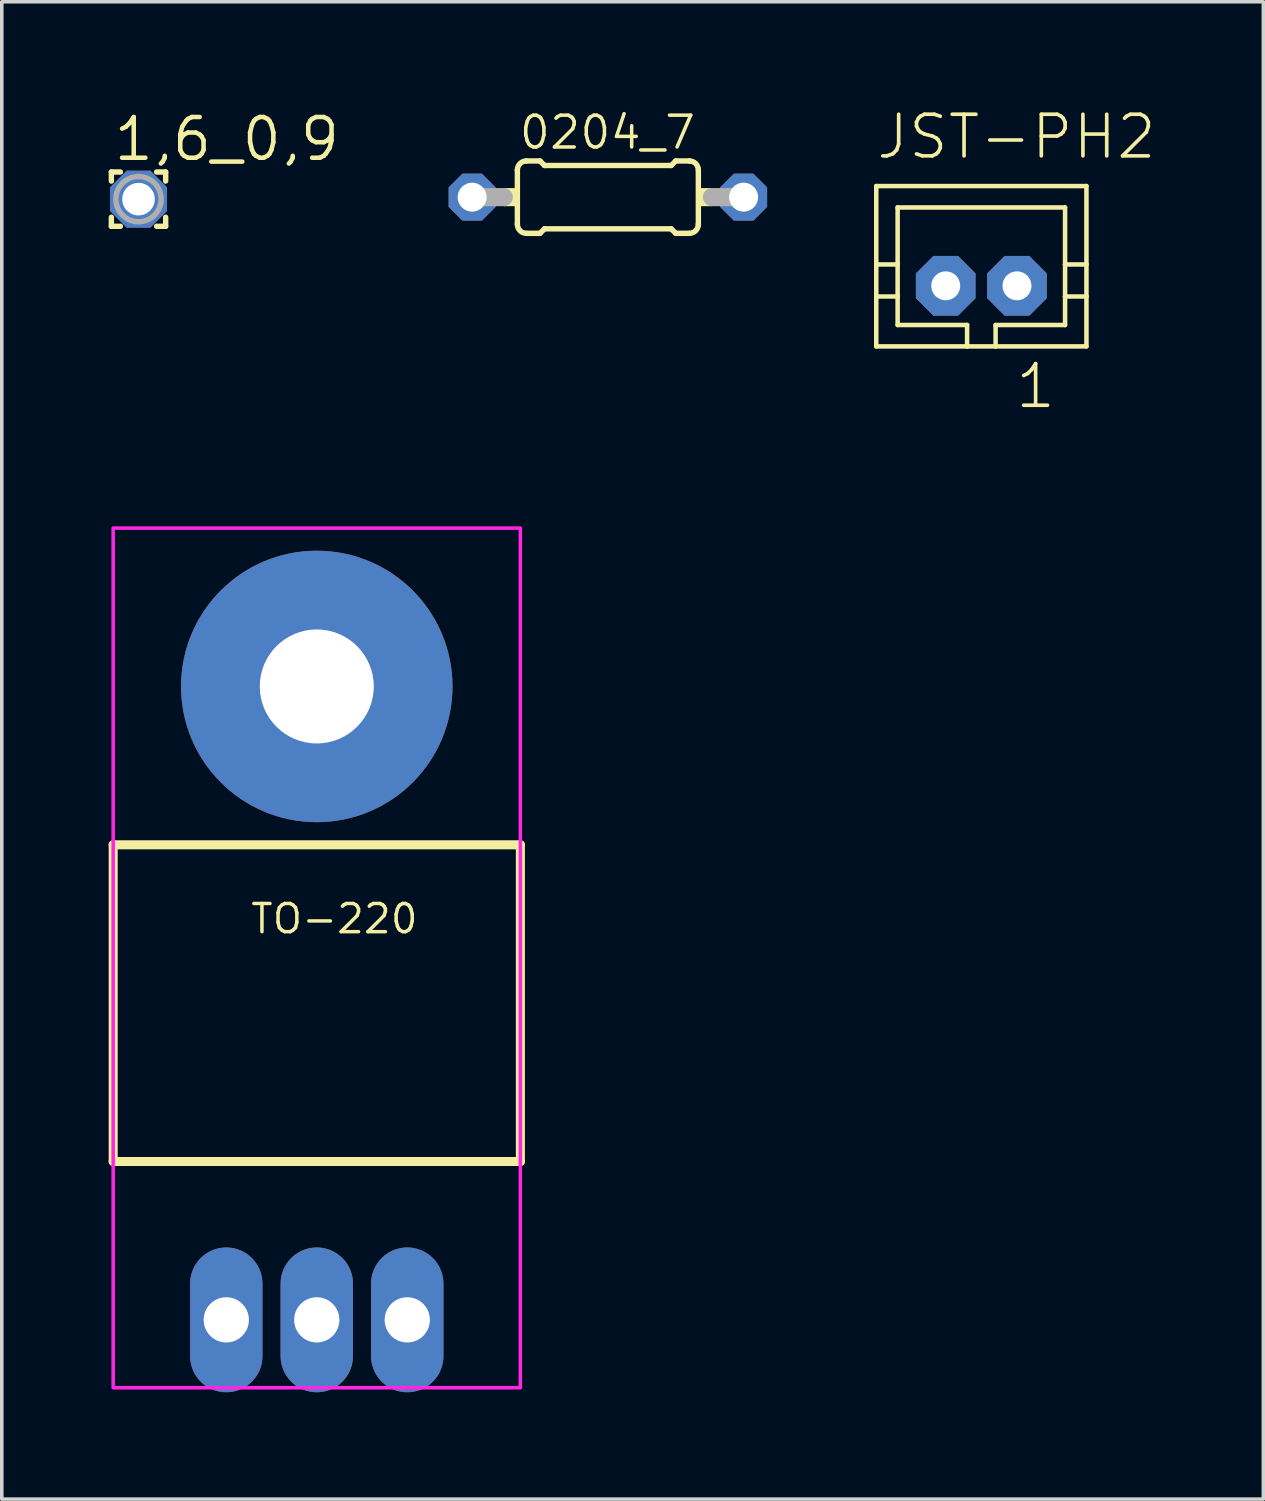
<source format=kicad_pcb>
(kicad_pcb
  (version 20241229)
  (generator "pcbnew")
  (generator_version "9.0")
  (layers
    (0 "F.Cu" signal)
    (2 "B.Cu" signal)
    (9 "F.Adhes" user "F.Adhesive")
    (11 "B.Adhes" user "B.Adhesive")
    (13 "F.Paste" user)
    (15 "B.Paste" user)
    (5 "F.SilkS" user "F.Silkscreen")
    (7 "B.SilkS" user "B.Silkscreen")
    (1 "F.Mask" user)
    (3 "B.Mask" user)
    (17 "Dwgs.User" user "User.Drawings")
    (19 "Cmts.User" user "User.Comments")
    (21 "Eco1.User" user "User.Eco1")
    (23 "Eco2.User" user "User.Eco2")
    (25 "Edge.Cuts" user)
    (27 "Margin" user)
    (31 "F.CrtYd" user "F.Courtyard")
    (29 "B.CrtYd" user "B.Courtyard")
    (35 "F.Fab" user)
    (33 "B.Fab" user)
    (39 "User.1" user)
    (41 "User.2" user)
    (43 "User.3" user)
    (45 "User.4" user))
  (footprint "TO-220"
    (layer "F.Cu")
    (at 5.842 22.569)
    (property "Reference" "TO-220" (at -1.905 0.635 0) (layer "F.SilkS") (effects (font (size 0.791 0.791) (thickness 0.098)) (justify left bottom)))
    (fp_line (start -5.715 -1.905) (end 5.715 -1.905) (stroke (width 0.254) (type solid)) (layer "F.SilkS"))
    (fp_line (start -5.715 6.985) (end -5.715 -1.905) (stroke (width 0.254) (type solid)) (layer "F.SilkS"))
    (fp_line (start 5.715 -1.905) (end 5.715 6.985) (stroke (width 0.254) (type solid)) (layer "F.SilkS"))
    (fp_line (start 5.715 6.985) (end -5.715 6.985) (stroke (width 0.254) (type solid)) (layer "F.SilkS"))
    (fp_poly (pts (xy -5.715 13.335) (xy 5.715 13.335) (xy 5.715 -10.795) (xy -5.715 -10.795)) (stroke (width 0.1) (type solid)) (fill no) (layer "F.CrtYd"))
    (pad "1" thru_hole oval (at -2.54 11.43 90) (size 4.064 2.032) (drill 1.27) (layers "*.Cu" "*.Mask"))
    (pad "2" thru_hole oval (at 0 11.43 90) (size 4.064 2.032) (drill 1.27) (layers "*.Cu" "*.Mask"))
    (pad "3" thru_hole oval (at 2.54 11.43 90) (size 4.064 2.032) (drill 1.27) (layers "*.Cu" "*.Mask"))
    (pad "HEAT" thru_hole circle (at 0 -6.35) (size 7.62 7.62) (drill 3.2) (layers "*.Cu" "*.Mask")))
  (footprint "0204_7"
    (layer "F.Cu")
    (at 14.013 2.484)
    (property "Reference" "0204_7" (at -2.54 -1.295 0) (layer "F.SilkS") (effects (font (size 0.892 0.892) (thickness 0.099)) (justify left bottom)))
    (fp_line (start -2.54 0.762) (end -2.54 -0.762) (stroke (width 0.152) (type solid)) (layer "F.SilkS"))
    (fp_line (start -2.286 -1.016) (end -1.905 -1.016) (stroke (width 0.152) (type solid)) (layer "F.SilkS"))
    (fp_line (start -2.286 1.016) (end -1.905 1.016) (stroke (width 0.152) (type solid)) (layer "F.SilkS"))
    (fp_line (start -1.778 -0.889) (end -1.905 -1.016) (stroke (width 0.152) (type solid)) (layer "F.SilkS"))
    (fp_line (start -1.778 0.889) (end -1.905 1.016) (stroke (width 0.152) (type solid)) (layer "F.SilkS"))
    (fp_line (start 1.778 -0.889) (end -1.778 -0.889) (stroke (width 0.152) (type solid)) (layer "F.SilkS"))
    (fp_line (start 1.778 -0.889) (end 1.905 -1.016) (stroke (width 0.152) (type solid)) (layer "F.SilkS"))
    (fp_line (start 1.778 0.889) (end -1.778 0.889) (stroke (width 0.152) (type solid)) (layer "F.SilkS"))
    (fp_line (start 1.778 0.889) (end 1.905 1.016) (stroke (width 0.152) (type solid)) (layer "F.SilkS"))
    (fp_line (start 2.286 -1.016) (end 1.905 -1.016) (stroke (width 0.152) (type solid)) (layer "F.SilkS"))
    (fp_line (start 2.286 1.016) (end 1.905 1.016) (stroke (width 0.152) (type solid)) (layer "F.SilkS"))
    (fp_line (start 2.54 0.762) (end 2.54 -0.762) (stroke (width 0.152) (type solid)) (layer "F.SilkS"))
    (fp_arc (start -2.54 -0.762) (mid -2.465605 -0.941605) (end -2.286 -1.016) (stroke (width 0.1524) (type solid)) (layer "F.SilkS"))
    (fp_arc (start -2.286 1.016) (mid -2.465605 0.941605) (end -2.54 0.762) (stroke (width 0.1524) (type solid)) (layer "F.SilkS"))
    (fp_arc (start 2.286 -1.016) (mid 2.465605 -0.941605) (end 2.54 -0.762) (stroke (width 0.1524) (type solid)) (layer "F.SilkS"))
    (fp_arc (start 2.54 0.762) (mid 2.465605 0.941605) (end 2.286 1.016) (stroke (width 0.1524) (type solid)) (layer "F.SilkS"))
    (fp_poly (pts (xy -2.921 0.254) (xy -2.54 0.254) (xy -2.54 -0.254) (xy -2.921 -0.254)) (stroke (width 0) (type solid)) (fill yes) (layer "F.SilkS"))
    (fp_poly (pts (xy 2.54 0.254) (xy 2.921 0.254) (xy 2.921 -0.254) (xy 2.54 -0.254)) (stroke (width 0) (type solid)) (fill yes) (layer "F.SilkS"))
    (fp_line (start -3.81 0) (end -2.921 0) (stroke (width 0.508) (type solid)) (layer "F.Fab"))
    (fp_line (start 3.81 0) (end 2.921 0) (stroke (width 0.508) (type solid)) (layer "F.Fab"))
    (pad "1" thru_hole roundrect (at -3.81 0) (size 1.321 1.321) (drill 0.813) (layers "*.Cu" "*.Mask") (roundrect_rratio 0.25) (chamfer_ratio 0.293) (chamfer top_left top_right bottom_left bottom_right))
    (pad "2" thru_hole roundrect (at 3.81 0) (size 1.321 1.321) (drill 0.813) (layers "*.Cu" "*.Mask") (roundrect_rratio 0.25) (chamfer_ratio 0.293) (chamfer top_left top_right bottom_left bottom_right)))
  (footprint "1,6_0,9"
    (layer "F.Cu")
    (at 0.838 2.54)
    (property "Reference" "1,6_0,9" (at -0.762 -1.016 0) (layer "F.SilkS") (effects (font (size 1.143 1.143) (thickness 0.127)) (justify left bottom)))
    (fp_line (start -0.762 -0.762) (end -0.762 -0.508) (stroke (width 0.152) (type solid)) (layer "F.SilkS"))
    (fp_line (start -0.762 0.508) (end -0.762 0.762) (stroke (width 0.152) (type solid)) (layer "F.SilkS"))
    (fp_line (start -0.762 0.762) (end -0.508 0.762) (stroke (width 0.152) (type solid)) (layer "F.SilkS"))
    (fp_line (start -0.508 -0.762) (end -0.762 -0.762) (stroke (width 0.152) (type solid)) (layer "F.SilkS"))
    (fp_line (start 0.508 0.762) (end 0.762 0.762) (stroke (width 0.152) (type solid)) (layer "F.SilkS"))
    (fp_line (start 0.762 -0.762) (end 0.508 -0.762) (stroke (width 0.152) (type solid)) (layer "F.SilkS"))
    (fp_line (start 0.762 -0.508) (end 0.762 -0.762) (stroke (width 0.152) (type solid)) (layer "F.SilkS"))
    (fp_line (start 0.762 0.762) (end 0.762 0.508) (stroke (width 0.152) (type solid)) (layer "F.SilkS"))
    (fp_circle (center 0 0) (end 0.635 0) (stroke (width 0.152) (type solid)) (fill no) (layer "F.Fab"))
    (pad "1" thru_hole roundrect (at 0 0) (size 1.6 1.6) (drill 0.914) (layers "*.Cu" "*.Mask") (roundrect_rratio 0.25) (chamfer_ratio 0.293) (chamfer top_left top_right bottom_left bottom_right)))
  (footprint "JST-PH2"
    (layer "F.Cu")
    (at 24.497 4.973)
    (property "Reference" "JST-PH2" (at -3 -3.5 0) (layer "F.SilkS") (effects (font (size 1.168 1.168) (thickness 0.102)) (justify left bottom)))
    (fp_line (start -2.95 -2.8) (end -2.95 -0.6) (stroke (width 0.127) (type solid)) (layer "F.SilkS"))
    (fp_line (start -2.95 -2.8) (end 2.95 -2.8) (stroke (width 0.127) (type solid)) (layer "F.SilkS"))
    (fp_line (start -2.95 -0.6) (end -2.95 0.3) (stroke (width 0.127) (type solid)) (layer "F.SilkS"))
    (fp_line (start -2.95 -0.6) (end -2.35 -0.6) (stroke (width 0.127) (type solid)) (layer "F.SilkS"))
    (fp_line (start -2.95 0.3) (end -2.95 1.7) (stroke (width 0.127) (type solid)) (layer "F.SilkS"))
    (fp_line (start -2.95 0.3) (end -2.35 0.3) (stroke (width 0.127) (type solid)) (layer "F.SilkS"))
    (fp_line (start -2.95 1.7) (end -0.4 1.7) (stroke (width 0.127) (type solid)) (layer "F.SilkS"))
    (fp_line (start -2.35 -2.2) (end -2.35 -0.6) (stroke (width 0.127) (type solid)) (layer "F.SilkS"))
    (fp_line (start -2.35 -2.2) (end 2.35 -2.2) (stroke (width 0.127) (type solid)) (layer "F.SilkS"))
    (fp_line (start -2.35 -0.6) (end -2.35 0.3) (stroke (width 0.127) (type solid)) (layer "F.SilkS"))
    (fp_line (start -2.35 0.3) (end -2.35 1.1) (stroke (width 0.127) (type solid)) (layer "F.SilkS"))
    (fp_line (start -2.35 1.1) (end -0.4 1.1) (stroke (width 0.127) (type solid)) (layer "F.SilkS"))
    (fp_line (start -0.4 1.1) (end -0.4 1.7) (stroke (width 0.127) (type solid)) (layer "F.SilkS"))
    (fp_line (start -0.4 1.7) (end 0.4 1.7) (stroke (width 0.127) (type solid)) (layer "F.SilkS"))
    (fp_line (start 0.4 1.1) (end 0.4 1.7) (stroke (width 0.127) (type solid)) (layer "F.SilkS"))
    (fp_line (start 0.4 1.1) (end 2.35 1.1) (stroke (width 0.127) (type solid)) (layer "F.SilkS"))
    (fp_line (start 0.4 1.7) (end 2.95 1.7) (stroke (width 0.127) (type solid)) (layer "F.SilkS"))
    (fp_line (start 2.35 -2.2) (end 2.35 -0.6) (stroke (width 0.127) (type solid)) (layer "F.SilkS"))
    (fp_line (start 2.35 -0.6) (end 2.35 0.3) (stroke (width 0.127) (type solid)) (layer "F.SilkS"))
    (fp_line (start 2.35 -0.6) (end 2.95 -0.6) (stroke (width 0.127) (type solid)) (layer "F.SilkS"))
    (fp_line (start 2.35 0.3) (end 2.35 1.1) (stroke (width 0.127) (type solid)) (layer "F.SilkS"))
    (fp_line (start 2.35 0.3) (end 2.95 0.3) (stroke (width 0.127) (type solid)) (layer "F.SilkS"))
    (fp_line (start 2.95 -2.8) (end 2.95 -0.6) (stroke (width 0.127) (type solid)) (layer "F.SilkS"))
    (fp_line (start 2.95 -0.6) (end 2.95 0.3) (stroke (width 0.127) (type solid)) (layer "F.SilkS"))
    (fp_line (start 2.95 0.3) (end 2.95 1.7) (stroke (width 0.127) (type solid)) (layer "F.SilkS"))
    (fp_text user "1" (at 0.9 3.5 0) (layer "F.SilkS") (effects (font (size 1.168 1.168) (thickness 0.102)) (justify left bottom)))
    (pad "1" thru_hole roundrect (at 1 0) (size 1.676 1.676) (drill 0.813) (layers "*.Cu" "*.Mask") (roundrect_rratio 0.25) (chamfer_ratio 0.293) (chamfer top_left top_right bottom_left bottom_right))
    (pad "2" thru_hole roundrect (at -1 0) (size 1.676 1.676) (drill 0.813) (layers "*.Cu" "*.Mask") (roundrect_rratio 0.25) (chamfer_ratio 0.293) (chamfer top_left top_right bottom_left bottom_right)))
  (gr_rect
    (start -3 -3)
    (end 32.413 39.031)
    (stroke (width 0.1) (type default))
    (fill no)
    (layer "Edge.Cuts")))
</source>
